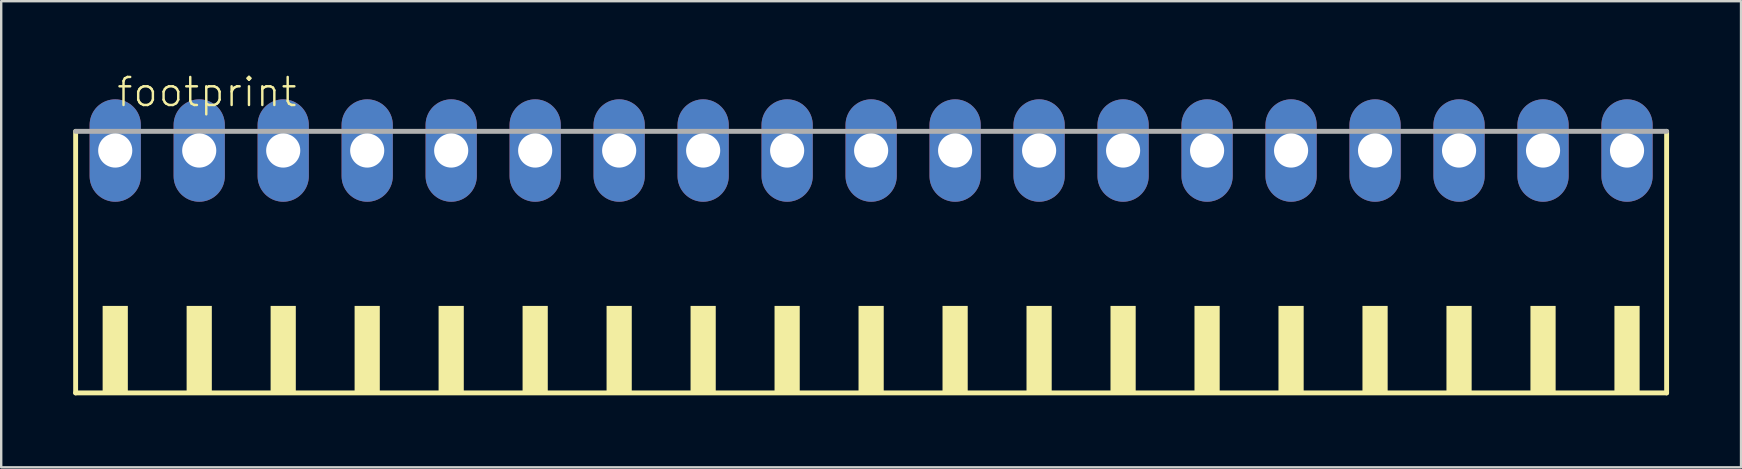
<source format=kicad_pcb>
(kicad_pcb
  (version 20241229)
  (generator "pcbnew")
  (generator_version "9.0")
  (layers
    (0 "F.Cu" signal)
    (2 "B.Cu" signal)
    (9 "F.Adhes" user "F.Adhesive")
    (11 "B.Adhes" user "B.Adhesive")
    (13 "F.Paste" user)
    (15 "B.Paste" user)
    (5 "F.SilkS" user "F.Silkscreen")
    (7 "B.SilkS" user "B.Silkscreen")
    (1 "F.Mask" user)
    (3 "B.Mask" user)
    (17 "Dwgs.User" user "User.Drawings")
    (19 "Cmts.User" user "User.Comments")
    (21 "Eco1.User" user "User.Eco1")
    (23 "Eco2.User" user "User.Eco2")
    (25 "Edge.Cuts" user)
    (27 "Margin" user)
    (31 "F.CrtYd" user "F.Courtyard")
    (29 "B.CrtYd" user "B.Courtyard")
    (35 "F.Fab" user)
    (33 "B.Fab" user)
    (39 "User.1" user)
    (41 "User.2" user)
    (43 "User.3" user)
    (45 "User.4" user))
  (footprint "footprint"
    (layer "F.Cu")
    (at 33.252 8.473)
    (property "Reference" "footprint" (at -31.5 -7 0) (layer "F.SilkS") (effects (font (size 1.168 1.168) (thickness 0.102)) (justify left bottom)))
    (fp_line (start -33.15 -6.05) (end -33.15 4.85) (stroke (width 0.203) (type solid)) (layer "F.SilkS"))
    (fp_line (start -33.15 4.85) (end 33.15 4.85) (stroke (width 0.203) (type solid)) (layer "F.SilkS"))
    (fp_line (start 33.15 4.85) (end 33.15 -6.05) (stroke (width 0.203) (type solid)) (layer "F.SilkS"))
    (fp_poly (pts (xy -32.025 4.9) (xy -30.975 4.9) (xy -30.975 1.225) (xy -32.025 1.225)) (stroke (width 0) (type solid)) (fill yes) (layer "F.SilkS"))
    (fp_poly (pts (xy -28.525 4.9) (xy -27.475 4.9) (xy -27.475 1.225) (xy -28.525 1.225)) (stroke (width 0) (type solid)) (fill yes) (layer "F.SilkS"))
    (fp_poly (pts (xy -25.025 4.9) (xy -23.975 4.9) (xy -23.975 1.225) (xy -25.025 1.225)) (stroke (width 0) (type solid)) (fill yes) (layer "F.SilkS"))
    (fp_poly (pts (xy -21.525 4.9) (xy -20.475 4.9) (xy -20.475 1.225) (xy -21.525 1.225)) (stroke (width 0) (type solid)) (fill yes) (layer "F.SilkS"))
    (fp_poly (pts (xy -18.025 4.9) (xy -16.975 4.9) (xy -16.975 1.225) (xy -18.025 1.225)) (stroke (width 0) (type solid)) (fill yes) (layer "F.SilkS"))
    (fp_poly (pts (xy -14.525 4.9) (xy -13.475 4.9) (xy -13.475 1.225) (xy -14.525 1.225)) (stroke (width 0) (type solid)) (fill yes) (layer "F.SilkS"))
    (fp_poly (pts (xy -11.025 4.9) (xy -9.975 4.9) (xy -9.975 1.225) (xy -11.025 1.225)) (stroke (width 0) (type solid)) (fill yes) (layer "F.SilkS"))
    (fp_poly (pts (xy -7.525 4.9) (xy -6.475 4.9) (xy -6.475 1.225) (xy -7.525 1.225)) (stroke (width 0) (type solid)) (fill yes) (layer "F.SilkS"))
    (fp_poly (pts (xy -4.025 4.9) (xy -2.975 4.9) (xy -2.975 1.225) (xy -4.025 1.225)) (stroke (width 0) (type solid)) (fill yes) (layer "F.SilkS"))
    (fp_poly (pts (xy -0.525 4.9) (xy 0.525 4.9) (xy 0.525 1.225) (xy -0.525 1.225)) (stroke (width 0) (type solid)) (fill yes) (layer "F.SilkS"))
    (fp_poly (pts (xy 2.975 4.9) (xy 4.025 4.9) (xy 4.025 1.225) (xy 2.975 1.225)) (stroke (width 0) (type solid)) (fill yes) (layer "F.SilkS"))
    (fp_poly (pts (xy 6.475 4.9) (xy 7.525 4.9) (xy 7.525 1.225) (xy 6.475 1.225)) (stroke (width 0) (type solid)) (fill yes) (layer "F.SilkS"))
    (fp_poly (pts (xy 9.975 4.9) (xy 11.025 4.9) (xy 11.025 1.225) (xy 9.975 1.225)) (stroke (width 0) (type solid)) (fill yes) (layer "F.SilkS"))
    (fp_poly (pts (xy 13.475 4.9) (xy 14.525 4.9) (xy 14.525 1.225) (xy 13.475 1.225)) (stroke (width 0) (type solid)) (fill yes) (layer "F.SilkS"))
    (fp_poly (pts (xy 16.975 4.9) (xy 18.025 4.9) (xy 18.025 1.225) (xy 16.975 1.225)) (stroke (width 0) (type solid)) (fill yes) (layer "F.SilkS"))
    (fp_poly (pts (xy 20.475 4.9) (xy 21.525 4.9) (xy 21.525 1.225) (xy 20.475 1.225)) (stroke (width 0) (type solid)) (fill yes) (layer "F.SilkS"))
    (fp_poly (pts (xy 23.975 4.9) (xy 25.025 4.9) (xy 25.025 1.225) (xy 23.975 1.225)) (stroke (width 0) (type solid)) (fill yes) (layer "F.SilkS"))
    (fp_poly (pts (xy 27.475 4.9) (xy 28.525 4.9) (xy 28.525 1.225) (xy 27.475 1.225)) (stroke (width 0) (type solid)) (fill yes) (layer "F.SilkS"))
    (fp_poly (pts (xy 30.975 4.9) (xy 32.025 4.9) (xy 32.025 1.225) (xy 30.975 1.225)) (stroke (width 0) (type solid)) (fill yes) (layer "F.SilkS"))
    (fp_line (start 33.15 -6.05) (end -33.15 -6.05) (stroke (width 0.203) (type solid)) (layer "F.Fab"))
    (pad "1" thru_hole oval (at -31.5 -5.25 90) (size 4.267 2.134) (drill 1.422) (layers "*.Cu" "*.Mask"))
    (pad "2" thru_hole oval (at -28 -5.25 90) (size 4.267 2.134) (drill 1.422) (layers "*.Cu" "*.Mask"))
    (pad "3" thru_hole oval (at -24.5 -5.25 90) (size 4.267 2.134) (drill 1.422) (layers "*.Cu" "*.Mask"))
    (pad "4" thru_hole oval (at -21 -5.25 90) (size 4.267 2.134) (drill 1.422) (layers "*.Cu" "*.Mask"))
    (pad "5" thru_hole oval (at -17.5 -5.25 90) (size 4.267 2.134) (drill 1.422) (layers "*.Cu" "*.Mask"))
    (pad "6" thru_hole oval (at -14 -5.25 90) (size 4.267 2.134) (drill 1.422) (layers "*.Cu" "*.Mask"))
    (pad "7" thru_hole oval (at -10.5 -5.25 90) (size 4.267 2.134) (drill 1.422) (layers "*.Cu" "*.Mask"))
    (pad "8" thru_hole oval (at -7 -5.25 90) (size 4.267 2.134) (drill 1.422) (layers "*.Cu" "*.Mask"))
    (pad "9" thru_hole oval (at -3.5 -5.25 90) (size 4.267 2.134) (drill 1.422) (layers "*.Cu" "*.Mask"))
    (pad "10" thru_hole oval (at 0 -5.25 90) (size 4.267 2.134) (drill 1.422) (layers "*.Cu" "*.Mask"))
    (pad "11" thru_hole oval (at 3.5 -5.25 90) (size 4.267 2.134) (drill 1.422) (layers "*.Cu" "*.Mask"))
    (pad "12" thru_hole oval (at 7 -5.25 90) (size 4.267 2.134) (drill 1.422) (layers "*.Cu" "*.Mask"))
    (pad "13" thru_hole oval (at 10.5 -5.25 90) (size 4.267 2.134) (drill 1.422) (layers "*.Cu" "*.Mask"))
    (pad "14" thru_hole oval (at 14 -5.25 90) (size 4.267 2.134) (drill 1.422) (layers "*.Cu" "*.Mask"))
    (pad "15" thru_hole oval (at 17.5 -5.25 90) (size 4.267 2.134) (drill 1.422) (layers "*.Cu" "*.Mask"))
    (pad "16" thru_hole oval (at 21 -5.25 90) (size 4.267 2.134) (drill 1.422) (layers "*.Cu" "*.Mask"))
    (pad "17" thru_hole oval (at 24.5 -5.25 90) (size 4.267 2.134) (drill 1.422) (layers "*.Cu" "*.Mask"))
    (pad "18" thru_hole oval (at 28 -5.25 90) (size 4.267 2.134) (drill 1.422) (layers "*.Cu" "*.Mask"))
    (pad "19" thru_hole oval (at 31.5 -5.25 90) (size 4.267 2.134) (drill 1.422) (layers "*.Cu" "*.Mask")))
  (gr_rect
    (start -3 -3)
    (end 69.503 16.425)
    (stroke (width 0.1) (type default))
    (fill no)
    (layer "Edge.Cuts")))
</source>
